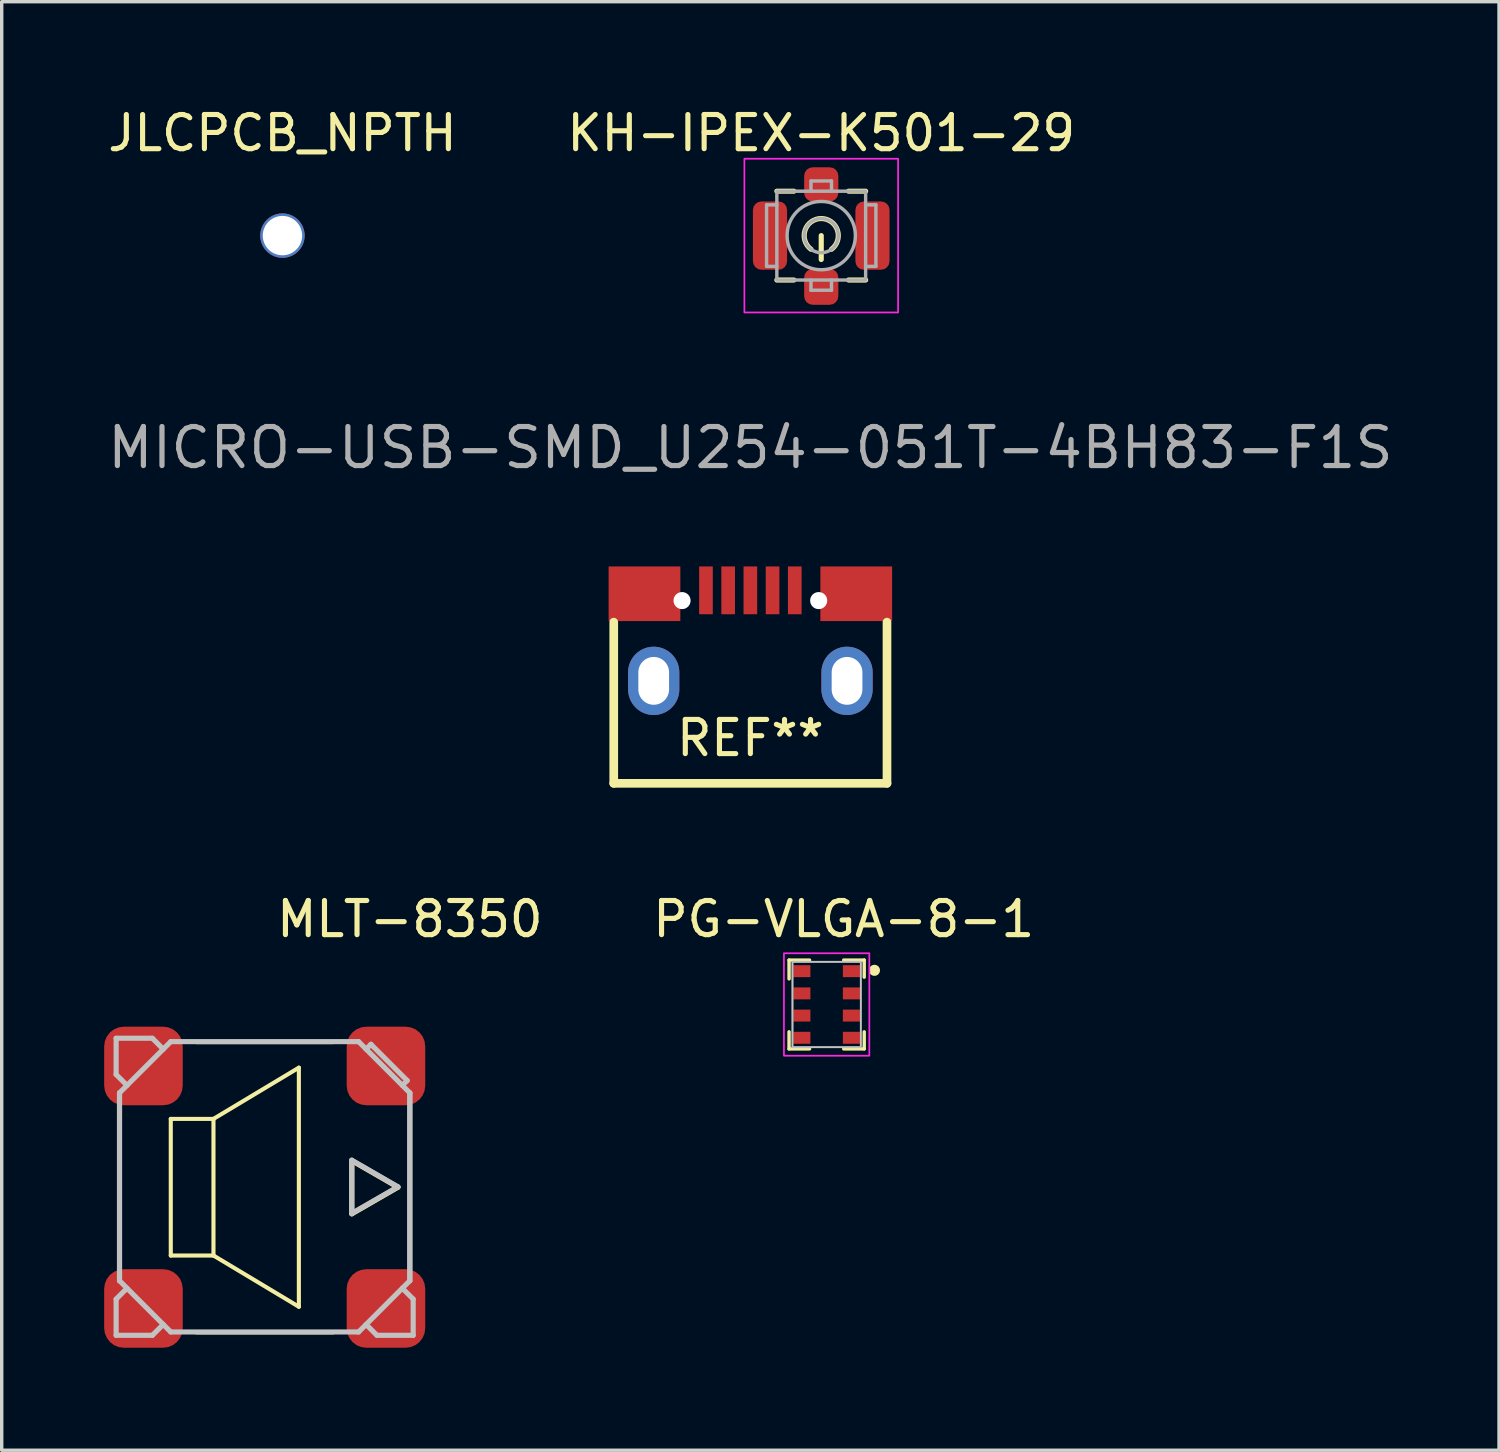
<source format=kicad_pcb>
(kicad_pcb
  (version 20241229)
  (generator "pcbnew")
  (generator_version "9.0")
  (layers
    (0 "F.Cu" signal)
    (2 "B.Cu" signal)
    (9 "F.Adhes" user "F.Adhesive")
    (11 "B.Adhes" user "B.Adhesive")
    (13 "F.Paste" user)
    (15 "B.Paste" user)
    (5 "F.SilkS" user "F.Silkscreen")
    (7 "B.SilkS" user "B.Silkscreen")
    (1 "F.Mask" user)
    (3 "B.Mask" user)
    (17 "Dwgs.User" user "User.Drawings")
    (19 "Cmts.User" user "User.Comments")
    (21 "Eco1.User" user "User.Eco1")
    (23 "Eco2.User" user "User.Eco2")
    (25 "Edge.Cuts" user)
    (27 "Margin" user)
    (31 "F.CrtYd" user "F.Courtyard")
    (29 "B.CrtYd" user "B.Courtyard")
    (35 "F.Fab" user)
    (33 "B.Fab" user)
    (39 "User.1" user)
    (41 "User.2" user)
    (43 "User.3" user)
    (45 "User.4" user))
  (footprint "JLCPCB_NPTH"
    (layer "F.Cu")
    (at 5.22 3.848)
    (property "Reference" "JLCPCB_NPTH" (at 0 -3 0) (unlocked yes) (layer "F.SilkS") (effects (font (size 1 1) (thickness 0.15))))
    (attr through_hole)
    (pad "" np_thru_hole circle (at 0 0) (size 1.3 1.3) (drill 1.152) (layers "*.Cu" "*.Mask")))
  (footprint "KH-IPEX-K501-29"
    (layer "F.Cu")
    (at 20.994 3.848)
    (property "Reference" "KH-IPEX-K501-29" (at 0 -3 0) (unlocked yes) (layer "F.SilkS") (effects (font (size 1 1) (thickness 0.15))))
    (attr smd)
    (fp_line (start -1.3 -1.3) (end -0.8 -1.3) (stroke (width 0.15) (type solid)) (layer "F.SilkS"))
    (fp_line (start -1.3 1.3) (end -0.8 1.3) (stroke (width 0.15) (type solid)) (layer "F.SilkS"))
    (fp_line (start 0 0) (end 0 0.7) (stroke (width 0.15) (type solid)) (layer "F.SilkS"))
    (fp_line (start 1.3 -1.3) (end 0.8 -1.3) (stroke (width 0.15) (type solid)) (layer "F.SilkS"))
    (fp_line (start 1.3 1.3) (end 0.8 1.3) (stroke (width 0.15) (type solid)) (layer "F.SilkS"))
    (fp_arc (start -0.3 0.4) (mid 0 -0.5) (end 0.3 0.4) (stroke (width 0.15) (type solid)) (layer "F.SilkS"))
    (fp_rect (start -2.25 -2.25) (end 2.25 2.25) (stroke (width 0.05) (type solid)) (fill no) (layer "F.CrtYd"))
    (fp_line (start -1.6 -0.9) (end -1.6 0.9) (stroke (width 0.1) (type solid)) (layer "F.Fab"))
    (fp_line (start -1.6 0.9) (end -1.3 0.9) (stroke (width 0.1) (type solid)) (layer "F.Fab"))
    (fp_line (start -1.3 -0.9) (end -1.6 -0.9) (stroke (width 0.1) (type solid)) (layer "F.Fab"))
    (fp_line (start -0.3 -1.6) (end 0.3 -1.6) (stroke (width 0.1) (type solid)) (layer "F.Fab"))
    (fp_line (start -0.3 -1.3) (end -0.3 -1.6) (stroke (width 0.1) (type solid)) (layer "F.Fab"))
    (fp_line (start -0.3 1.3) (end -0.3 1.6) (stroke (width 0.1) (type solid)) (layer "F.Fab"))
    (fp_line (start -0.3 1.6) (end 0.3 1.6) (stroke (width 0.1) (type solid)) (layer "F.Fab"))
    (fp_line (start 0.3 -1.6) (end 0.3 -1.3) (stroke (width 0.1) (type solid)) (layer "F.Fab"))
    (fp_line (start 0.3 1.6) (end 0.3 1.3) (stroke (width 0.1) (type solid)) (layer "F.Fab"))
    (fp_line (start 1.3 -0.9) (end 1.6 -0.9) (stroke (width 0.1) (type solid)) (layer "F.Fab"))
    (fp_line (start 1.6 -0.9) (end 1.6 0.9) (stroke (width 0.1) (type solid)) (layer "F.Fab"))
    (fp_line (start 1.6 0.9) (end 1.3 0.9) (stroke (width 0.1) (type solid)) (layer "F.Fab"))
    (fp_rect (start -1.3 -1.3) (end 1.3 1.3) (stroke (width 0.1) (type solid)) (fill no) (layer "F.Fab"))
    (fp_circle (center 0 0) (end -0.5 0) (stroke (width 0.1) (type solid)) (fill no) (layer "F.Fab"))
    (fp_circle (center 0 0) (end 1 0) (stroke (width 0.1) (type solid)) (fill no) (layer "F.Fab"))
    (pad "1" smd roundrect (at 0 1.5) (size 1 1.05) (layers "F.Cu" "F.Mask" "F.Paste") (roundrect_rratio 0.25))
    (pad "2" smd roundrect (at -1.5 0) (size 1 2) (layers "F.Cu" "F.Mask" "F.Paste") (roundrect_rratio 0.25))
    (pad "2" smd roundrect (at 0 -1.5) (size 1 1) (layers "F.Cu" "F.Mask" "F.Paste") (roundrect_rratio 0.25))
    (pad "2" smd roundrect (at 1.5 0) (size 1 2) (layers "F.Cu" "F.Mask" "F.Paste") (roundrect_rratio 0.25)))
  (footprint "MICRO-USB-SMD_U254-051T-4BH83-F1S"
    (layer "F.Cu")
    (at 18.919 15.559)
    (property "Reference" "MICRO-USB-SMD_U254-051T-4BH83-F1S" (at 0 -5.5 0) (layer "F.Fab") (effects (font (size 1.143 1.143) (thickness 0.152))))
    (attr smd)
    (fp_line (start -4 4.325) (end -4 -0.394) (stroke (width 0.254) (type solid)) (layer "F.SilkS"))
    (fp_line (start -4 4.325) (end 4 4.325) (stroke (width 0.254) (type solid)) (layer "F.SilkS"))
    (fp_line (start 4 4.325) (end 4 -0.394) (stroke (width 0.254) (type solid)) (layer "F.SilkS"))
    (fp_text user "REF**" (at 0 3 0) (layer "F.SilkS") (effects (font (size 1 1) (thickness 0.15))))
    (pad "" np_thru_hole circle (at -2 -1.025 270) (size 0.5 0.5) (drill 0.5) (layers "*.Cu" "*.Mask"))
    (pad "" np_thru_hole circle (at 2 -1.025 270) (size 0.5 0.5) (drill 0.5) (layers "*.Cu" "*.Mask"))
    (pad "1" smd rect (at -1.3 -1.325) (size 0.4 1.4) (layers "F.Cu" "F.Mask" "F.Paste"))
    (pad "2" smd rect (at -0.65 -1.325) (size 0.4 1.4) (layers "F.Cu" "F.Mask" "F.Paste"))
    (pad "3" smd rect (at 0 -1.325) (size 0.4 1.4) (layers "F.Cu" "F.Mask" "F.Paste"))
    (pad "4" smd rect (at 0.65 -1.325) (size 0.4 1.4) (layers "F.Cu" "F.Mask" "F.Paste"))
    (pad "5" smd rect (at 1.3 -1.325) (size 0.4 1.4) (layers "F.Cu" "F.Mask" "F.Paste"))
    (pad "6" smd rect (at -3.1 -1.225 90) (size 1.6 2.1) (layers "F.Cu" "F.Mask"))
    (pad "6" thru_hole oval (at -2.83 1.325) (size 1.5 2) (drill oval 0.9 1.4) (layers "*.Cu" "*.Mask"))
    (pad "6" thru_hole oval (at 2.83 1.325) (size 1.5 2) (drill oval 0.9 1.4) (layers "*.Cu" "*.Mask"))
    (pad "6" smd rect (at 3.1 -1.225 90) (size 1.6 2.1) (layers "F.Cu" "F.Mask")))
  (footprint "PG-VLGA-8-1"
    (layer "F.Cu")
    (at 21.152 26.359)
    (property "Reference" "PG-VLGA-8-1" (at 0.5 -2.5 0) (unlocked yes) (layer "F.SilkS") (effects (font (size 1 1) (thickness 0.15))))
    (attr smd)
    (fp_line (start -1.1 -1.3) (end -1.1 -0.75) (stroke (width 0.1) (type solid)) (layer "F.SilkS"))
    (fp_line (start -1.1 0.8) (end -1.1 1.3) (stroke (width 0.1) (type solid)) (layer "F.SilkS"))
    (fp_line (start -1.1 1.3) (end -0.5 1.3) (stroke (width 0.1) (type solid)) (layer "F.SilkS"))
    (fp_line (start -0.5 -1.3) (end -1.1 -1.3) (stroke (width 0.1) (type solid)) (layer "F.SilkS"))
    (fp_line (start 0.5 -1.3) (end 1.1 -1.3) (stroke (width 0.1) (type solid)) (layer "F.SilkS"))
    (fp_line (start 0.5 1.3) (end 1.1 1.3) (stroke (width 0.1) (type solid)) (layer "F.SilkS"))
    (fp_line (start 1.1 -1.3) (end 1.1 -0.8) (stroke (width 0.1) (type solid)) (layer "F.SilkS"))
    (fp_line (start 1.1 1.3) (end 1.1 0.8) (stroke (width 0.1) (type solid)) (layer "F.SilkS"))
    (fp_circle (center 1.4 -1) (end 1.512 -1) (stroke (width 0.1) (type solid)) (fill yes) (layer "F.SilkS"))
    (fp_rect (start -1 -1.25) (end 1 1.25) (stroke (width 0.05) (type solid)) (fill no) (layer "Dwgs.User"))
    (fp_rect (start 1.25 -1.5) (end -1.25 1.5) (stroke (width 0.05) (type solid)) (fill no) (layer "F.CrtYd"))
    (fp_rect (start -1 -1.25) (end 1 1.25) (stroke (width 0.05) (type solid)) (fill no) (layer "F.Fab"))
    (pad "1" smd rect (at 0.725 -0.975 180) (size 0.5 0.35) (layers "F.Cu" "F.Mask" "F.Paste"))
    (pad "2" smd rect (at 0.725 -0.325 180) (size 0.5 0.35) (layers "F.Cu" "F.Mask" "F.Paste"))
    (pad "3" smd rect (at 0.725 0.325 180) (size 0.5 0.35) (layers "F.Cu" "F.Mask" "F.Paste"))
    (pad "4" smd rect (at 0.725 0.975 180) (size 0.5 0.35) (layers "F.Cu" "F.Mask" "F.Paste"))
    (pad "5" smd rect (at -0.725 0.975 180) (size 0.5 0.35) (layers "F.Cu" "F.Mask" "F.Paste"))
    (pad "6" smd rect (at -0.725 0.325 180) (size 0.5 0.35) (layers "F.Cu" "F.Mask" "F.Paste"))
    (pad "7" smd rect (at -0.725 -0.325 180) (size 0.5 0.35) (layers "F.Cu" "F.Mask" "F.Paste"))
    (pad "8" smd rect (at -0.725 -0.975 180) (size 0.5 0.35) (layers "F.Cu" "F.Mask" "F.Paste")))
  (footprint "MLT-8350"
    (layer "F.Cu")
    (at 4.7 31.709)
    (property "Reference" "MLT-8350" (at 4.25 -7.85 0) (unlocked yes) (layer "F.SilkS") (effects (font (size 1 1) (thickness 0.15))))
    (attr smd)
    (fp_line (start -4.25 2) (end -4.25 -2) (stroke (width 0.12) (type solid)) (layer "F.SilkS"))
    (fp_line (start -2.75 -2) (end -2.75 2) (stroke (width 0.12) (type solid)) (layer "F.SilkS"))
    (fp_line (start -2.75 2) (end -1.5 2) (stroke (width 0.12) (type solid)) (layer "F.SilkS"))
    (fp_line (start -2 -4.25) (end 2 -4.25) (stroke (width 0.12) (type solid)) (layer "F.SilkS"))
    (fp_line (start -1.5 -2) (end -2.75 -2) (stroke (width 0.12) (type solid)) (layer "F.SilkS"))
    (fp_line (start -1.5 -2) (end 1 -3.5) (stroke (width 0.12) (type solid)) (layer "F.SilkS"))
    (fp_line (start -1.5 2) (end -1.5 -2) (stroke (width 0.12) (type solid)) (layer "F.SilkS"))
    (fp_line (start -1.5 2) (end 1 3.5) (stroke (width 0.12) (type solid)) (layer "F.SilkS"))
    (fp_line (start 1 -3.5) (end 1 3.5) (stroke (width 0.12) (type solid)) (layer "F.SilkS"))
    (fp_line (start 2 4.25) (end -2 4.25) (stroke (width 0.12) (type solid)) (layer "F.SilkS"))
    (fp_line (start 2.55 -0.779) (end 2.55 0.779) (stroke (width 0.15) (type solid)) (layer "F.SilkS"))
    (fp_line (start 2.55 0.779) (end 3.9 0) (stroke (width 0.15) (type solid)) (layer "F.SilkS"))
    (fp_line (start 3.9 0) (end 2.55 -0.779) (stroke (width 0.15) (type solid)) (layer "F.SilkS"))
    (fp_line (start 4.25 -2) (end 4.25 2) (stroke (width 0.12) (type solid)) (layer "F.SilkS"))
    (fp_line (start -4.35 -4.361) (end -3.289 -4.361) (stroke (width 0.15) (type solid)) (layer "Dwgs.User"))
    (fp_line (start -4.35 -3.3) (end -4.35 -4.361) (stroke (width 0.15) (type solid)) (layer "Dwgs.User"))
    (fp_line (start -4.35 -3.3) (end -4.032 -2.982) (stroke (width 0.15) (type solid)) (layer "Dwgs.User"))
    (fp_line (start -4.35 4.336) (end -4.35 3.276) (stroke (width 0.15) (type solid)) (layer "Dwgs.User"))
    (fp_line (start -4.251 -2.762) (end -4.251 2.738) (stroke (width 0.15) (type solid)) (layer "Dwgs.User"))
    (fp_line (start -4.251 -2.762) (end -4.251 2.738) (stroke (width 0.15) (type solid)) (layer "Dwgs.User"))
    (fp_line (start -4.251 -2.762) (end -2.751 -4.262) (stroke (width 0.15) (type solid)) (layer "Dwgs.User"))
    (fp_line (start -4.032 2.958) (end -4.35 3.276) (stroke (width 0.15) (type solid)) (layer "Dwgs.User"))
    (fp_line (start -3.289 4.336) (end -4.35 4.336) (stroke (width 0.15) (type solid)) (layer "Dwgs.User"))
    (fp_line (start -3.289 4.336) (end -2.971 4.018) (stroke (width 0.15) (type solid)) (layer "Dwgs.User"))
    (fp_line (start -2.971 -4.042) (end -3.289 -4.361) (stroke (width 0.15) (type solid)) (layer "Dwgs.User"))
    (fp_line (start -2.751 4.238) (end -4.251 2.738) (stroke (width 0.15) (type solid)) (layer "Dwgs.User"))
    (fp_line (start -2.751 4.238) (end 2.749 4.238) (stroke (width 0.15) (type solid)) (layer "Dwgs.User"))
    (fp_line (start 2.549 -0.792) (end 2.549 0.767) (stroke (width 0.15) (type solid)) (layer "Dwgs.User"))
    (fp_line (start 2.549 0.767) (end 3.899 -0.012) (stroke (width 0.15) (type solid)) (layer "Dwgs.User"))
    (fp_line (start 2.749 -4.262) (end -2.751 -4.262) (stroke (width 0.15) (type solid)) (layer "Dwgs.User"))
    (fp_line (start 2.749 -4.262) (end 4.249 -2.762) (stroke (width 0.15) (type solid)) (layer "Dwgs.User"))
    (fp_line (start 2.968 4.018) (end 3.286 4.336) (stroke (width 0.15) (type solid)) (layer "Dwgs.User"))
    (fp_line (start 3.11 -4.184) (end 2.968 -4.042) (stroke (width 0.15) (type solid)) (layer "Dwgs.User"))
    (fp_line (start 3.899 -0.012) (end 2.549 -0.792) (stroke (width 0.15) (type solid)) (layer "Dwgs.User"))
    (fp_line (start 4.029 -2.982) (end 4.17 -3.123) (stroke (width 0.15) (type solid)) (layer "Dwgs.User"))
    (fp_line (start 4.17 -3.123) (end 3.11 -4.184) (stroke (width 0.15) (type solid)) (layer "Dwgs.User"))
    (fp_line (start 4.249 -2.762) (end 4.249 2.738) (stroke (width 0.15) (type solid)) (layer "Dwgs.User"))
    (fp_line (start 4.249 2.738) (end 2.749 4.238) (stroke (width 0.15) (type solid)) (layer "Dwgs.User"))
    (fp_line (start 4.249 2.738) (end 4.249 -2.762) (stroke (width 0.15) (type solid)) (layer "Dwgs.User"))
    (fp_line (start 4.347 3.276) (end 4.029 2.958) (stroke (width 0.15) (type solid)) (layer "Dwgs.User"))
    (fp_line (start 4.347 3.276) (end 4.347 4.336) (stroke (width 0.15) (type solid)) (layer "Dwgs.User"))
    (fp_line (start 4.347 4.336) (end 3.286 4.336) (stroke (width 0.15) (type solid)) (layer "Dwgs.User"))
    (pad "" smd roundrect (at 3.55 -3.55) (size 2.3 2.3) (layers "F.Cu" "F.Mask" "F.Paste") (roundrect_rratio 0.25))
    (pad "" smd roundrect (at 3.55 3.55) (size 2.3 2.3) (layers "F.Cu" "F.Mask" "F.Paste") (roundrect_rratio 0.25))
    (pad "1" smd roundrect (at -3.55 -3.55) (size 2.3 2.3) (layers "F.Cu" "F.Mask" "F.Paste") (roundrect_rratio 0.25))
    (pad "2" smd roundrect (at -3.55 3.55) (size 2.3 2.3) (layers "F.Cu" "F.Mask" "F.Paste") (roundrect_rratio 0.25)))
  (gr_rect
    (start -3 -3)
    (end 40.838 39.409)
    (stroke (width 0.1) (type default))
    (fill no)
    (layer "Edge.Cuts")))
</source>
